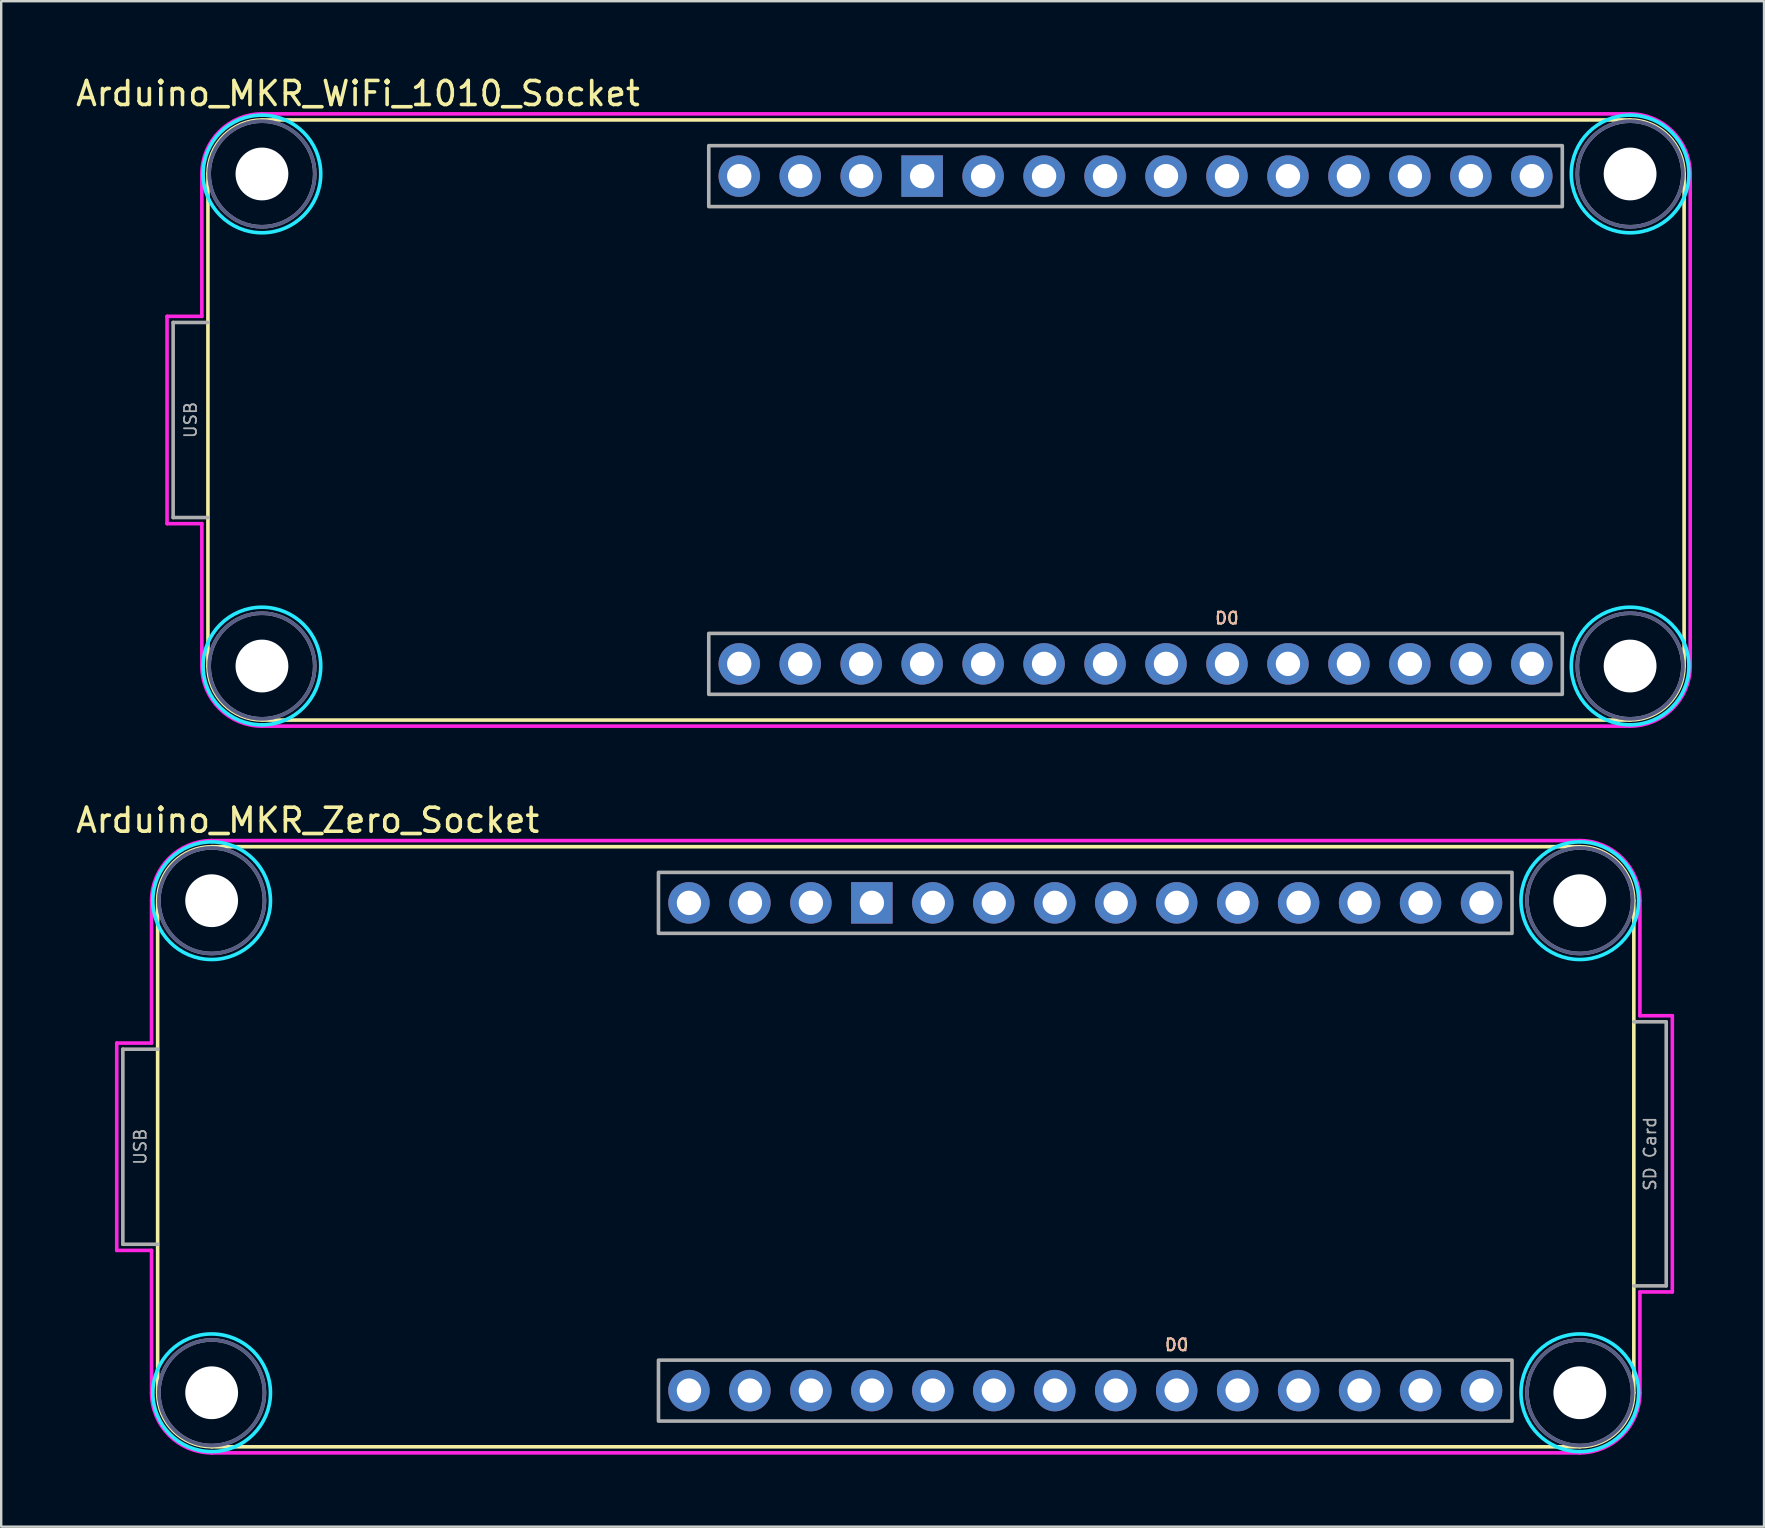
<source format=kicad_pcb>
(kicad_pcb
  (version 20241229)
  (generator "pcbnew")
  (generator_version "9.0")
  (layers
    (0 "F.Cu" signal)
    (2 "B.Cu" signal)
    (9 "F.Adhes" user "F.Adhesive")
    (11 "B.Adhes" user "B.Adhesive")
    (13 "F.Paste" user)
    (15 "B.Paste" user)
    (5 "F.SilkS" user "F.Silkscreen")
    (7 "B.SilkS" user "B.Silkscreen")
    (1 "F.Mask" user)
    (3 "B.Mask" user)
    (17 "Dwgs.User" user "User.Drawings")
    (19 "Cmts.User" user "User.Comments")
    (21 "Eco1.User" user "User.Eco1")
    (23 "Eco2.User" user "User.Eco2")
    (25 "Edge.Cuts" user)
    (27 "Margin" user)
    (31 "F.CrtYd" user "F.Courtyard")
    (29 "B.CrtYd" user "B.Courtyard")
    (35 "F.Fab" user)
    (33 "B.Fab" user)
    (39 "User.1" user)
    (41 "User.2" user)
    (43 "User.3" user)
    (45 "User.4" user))
  (footprint "Arduino_MKR_Zero_Socket"
    (layer "F.Cu")
    (at 5.768 34.475)
    (property "Reference" "Arduino_MKR_Zero_Socket" (at 4 -3.35 0) (unlocked yes) (layer "F.SilkS") (effects (font (size 1 1) (thickness 0.15))))
    (attr through_hole)
    (fp_line (start -2.25 20.5) (end -2.25 0) (stroke (width 0.15) (type solid)) (layer "F.SilkS"))
    (fp_line (start 0 -2.25) (end 57 -2.25) (stroke (width 0.15) (type solid)) (layer "F.SilkS"))
    (fp_line (start 0 22.75) (end 57 22.75) (stroke (width 0.15) (type solid)) (layer "F.SilkS"))
    (fp_line (start 59.25 20.5) (end 59.25 0) (stroke (width 0.15) (type solid)) (layer "F.SilkS"))
    (fp_arc (start -2.25 0) (mid -1.59099 -1.59099) (end 0 -2.25) (stroke (width 0.15) (type solid)) (layer "F.SilkS"))
    (fp_arc (start 0 22.75) (mid -1.59099 22.09099) (end -2.25 20.5) (stroke (width 0.15) (type solid)) (layer "F.SilkS"))
    (fp_arc (start 57 -2.25) (mid 58.59099 -1.59099) (end 59.25 0) (stroke (width 0.15) (type solid)) (layer "F.SilkS"))
    (fp_arc (start 59.25 20.5) (mid 58.59099 22.09099) (end 57 22.75) (stroke (width 0.15) (type solid)) (layer "F.SilkS"))
    (fp_circle (center 0 0) (end 2.45 0) (stroke (width 0.15) (type solid)) (fill no) (layer "B.CrtYd"))
    (fp_circle (center 0 20.5) (end 2.45 20.5) (stroke (width 0.15) (type solid)) (fill no) (layer "B.CrtYd"))
    (fp_circle (center 57 0) (end 59.45 0) (stroke (width 0.15) (type solid)) (fill no) (layer "B.CrtYd"))
    (fp_circle (center 57 20.5) (end 59.45 20.5) (stroke (width 0.15) (type solid)) (fill no) (layer "B.CrtYd"))
    (fp_line (start -3.954 5.932) (end -2.504 5.932) (stroke (width 0.15) (type solid)) (layer "F.CrtYd"))
    (fp_line (start -3.954 14.568) (end -3.954 5.932) (stroke (width 0.15) (type solid)) (layer "F.CrtYd"))
    (fp_line (start -2.504 5.932) (end -2.504 0) (stroke (width 0.15) (type solid)) (layer "F.CrtYd"))
    (fp_line (start -2.504 14.568) (end -3.954 14.568) (stroke (width 0.15) (type solid)) (layer "F.CrtYd"))
    (fp_line (start -2.504 20.5) (end -2.504 14.568) (stroke (width 0.15) (type solid)) (layer "F.CrtYd"))
    (fp_line (start 0 -2.504) (end 57 -2.504) (stroke (width 0.15) (type solid)) (layer "F.CrtYd"))
    (fp_line (start 57 23.004) (end 0 23.004) (stroke (width 0.15) (type solid)) (layer "F.CrtYd"))
    (fp_line (start 59.504 0) (end 59.504 4.792) (stroke (width 0.15) (type solid)) (layer "F.CrtYd"))
    (fp_line (start 59.504 4.792) (end 60.854 4.792) (stroke (width 0.15) (type solid)) (layer "F.CrtYd"))
    (fp_line (start 59.504 16.3) (end 59.504 20.5) (stroke (width 0.15) (type solid)) (layer "F.CrtYd"))
    (fp_line (start 60.854 4.792) (end 60.854 16.3) (stroke (width 0.15) (type solid)) (layer "F.CrtYd"))
    (fp_line (start 60.854 16.3) (end 59.504 16.3) (stroke (width 0.15) (type solid)) (layer "F.CrtYd"))
    (fp_arc (start -2.504 0) (mid -1.770595 -1.770595) (end 0 -2.504) (stroke (width 0.15) (type solid)) (layer "F.CrtYd"))
    (fp_arc (start 0 23.004) (mid -1.770595 22.270595) (end -2.504 20.5) (stroke (width 0.15) (type solid)) (layer "F.CrtYd"))
    (fp_arc (start 57 -2.504) (mid 58.770595 -1.770595) (end 59.504 0) (stroke (width 0.15) (type solid)) (layer "F.CrtYd"))
    (fp_arc (start 59.504 20.5) (mid 58.770595 22.270595) (end 57 23.004) (stroke (width 0.15) (type solid)) (layer "F.CrtYd"))
    (fp_circle (center 0 0) (end 2.2 0) (stroke (width 0.15) (type solid)) (fill no) (layer "B.Fab"))
    (fp_circle (center 0 20.5) (end 2.2 20.5) (stroke (width 0.15) (type solid)) (fill no) (layer "B.Fab"))
    (fp_circle (center 57 0) (end 59.2 0) (stroke (width 0.15) (type solid)) (fill no) (layer "B.Fab"))
    (fp_circle (center 57 20.5) (end 59.2 20.5) (stroke (width 0.15) (type solid)) (fill no) (layer "B.Fab"))
    (fp_line (start -3.7 6.186) (end -3.7 14.314) (stroke (width 0.15) (type solid)) (layer "F.Fab"))
    (fp_line (start -3.7 14.314) (end -2.25 14.314) (stroke (width 0.15) (type solid)) (layer "F.Fab"))
    (fp_line (start -2.25 6.186) (end -3.7 6.186) (stroke (width 0.15) (type solid)) (layer "F.Fab"))
    (fp_line (start 59.25 5.046) (end 60.6 5.046) (stroke (width 0.15) (type solid)) (layer "F.Fab"))
    (fp_line (start 60.6 5.046) (end 60.6 16.046) (stroke (width 0.15) (type solid)) (layer "F.Fab"))
    (fp_line (start 60.6 16.046) (end 59.25 16.046) (stroke (width 0.15) (type solid)) (layer "F.Fab"))
    (fp_rect (start 18.615 -1.18) (end 54.175 1.36) (stroke (width 0.15) (type solid)) (fill no) (layer "F.Fab"))
    (fp_rect (start 18.615 19.14) (end 54.175 21.68) (stroke (width 0.15) (type solid)) (fill no) (layer "F.Fab"))
    (fp_circle (center 0 0) (end 2.2 0) (stroke (width 0.15) (type solid)) (fill no) (layer "F.Fab"))
    (fp_circle (center 0 20.5) (end 2.2 20.5) (stroke (width 0.15) (type solid)) (fill no) (layer "F.Fab"))
    (fp_circle (center 57 0) (end 59.2 0) (stroke (width 0.15) (type solid)) (fill no) (layer "F.Fab"))
    (fp_circle (center 57 20.5) (end 59.2 20.5) (stroke (width 0.15) (type solid)) (fill no) (layer "F.Fab"))
    (fp_text user "D0" (at 40.205 18.505 0) (unlocked yes) (layer "F.SilkS") (effects (font (size 0.5 0.5) (thickness 0.075))))
    (fp_text user "D0" (at 40.205 18.505 0) (unlocked yes) (layer "B.SilkS") (effects (font (size 0.5 0.5) (thickness 0.075)) (justify mirror)))
    (fp_text user "USB" (at -2.975 10.25 270) (layer "F.Fab") (effects (font (size 0.5 0.5) (thickness 0.075))))
    (fp_text user "SD Card" (at 59.925 10.546 270) (layer "F.Fab") (effects (font (size 0.5 0.5) (thickness 0.075))))
    (pad "" np_thru_hole circle (at 0 0) (size 2.2 2.2) (drill 2.2) (layers "*.Cu" "*.Mask"))
    (pad "" np_thru_hole circle (at 0 20.5) (size 2.2 2.2) (drill 2.2) (layers "*.Cu" "*.Mask"))
    (pad "" np_thru_hole circle (at 57 0) (size 2.2 2.2) (drill 2.2) (layers "*.Cu" "*.Mask"))
    (pad "" np_thru_hole circle (at 57 20.5) (size 2.2 2.2) (drill 2.2) (layers "*.Cu" "*.Mask"))
    (pad "3V3" thru_hole circle (at 24.965 0.09) (size 1.727 1.727) (drill 1.016) (layers "*.Cu" "*.Mask"))
    (pad "5V" thru_hole circle (at 19.885 0.09) (size 1.727 1.727) (drill 1.016) (layers "*.Cu" "*.Mask"))
    (pad "A0" thru_hole circle (at 22.425 20.41) (size 1.727 1.727) (drill 1.016) (layers "*.Cu" "*.Mask"))
    (pad "A1" thru_hole circle (at 24.965 20.41) (size 1.727 1.727) (drill 1.016) (layers "*.Cu" "*.Mask"))
    (pad "A2" thru_hole circle (at 27.505 20.41) (size 1.727 1.727) (drill 1.016) (layers "*.Cu" "*.Mask"))
    (pad "A3" thru_hole circle (at 30.045 20.41) (size 1.727 1.727) (drill 1.016) (layers "*.Cu" "*.Mask"))
    (pad "A4" thru_hole circle (at 32.585 20.41) (size 1.727 1.727) (drill 1.016) (layers "*.Cu" "*.Mask"))
    (pad "A5" thru_hole circle (at 35.125 20.41) (size 1.727 1.727) (drill 1.016) (layers "*.Cu" "*.Mask"))
    (pad "A6" thru_hole circle (at 37.665 20.41) (size 1.727 1.727) (drill 1.016) (layers "*.Cu" "*.Mask"))
    (pad "AREF" thru_hole circle (at 19.885 20.41) (size 1.727 1.727) (drill 1.016) (layers "*.Cu" "*.Mask"))
    (pad "D0" thru_hole circle (at 40.205 20.41) (size 1.727 1.727) (drill 1.016) (layers "*.Cu" "*.Mask"))
    (pad "D1" thru_hole circle (at 42.745 20.41) (size 1.727 1.727) (drill 1.016) (layers "*.Cu" "*.Mask"))
    (pad "D2" thru_hole circle (at 45.285 20.41) (size 1.727 1.727) (drill 1.016) (layers "*.Cu" "*.Mask"))
    (pad "D3" thru_hole circle (at 47.825 20.41) (size 1.727 1.727) (drill 1.016) (layers "*.Cu" "*.Mask"))
    (pad "D4" thru_hole circle (at 50.365 20.41) (size 1.727 1.727) (drill 1.016) (layers "*.Cu" "*.Mask"))
    (pad "D5" thru_hole circle (at 52.905 20.41) (size 1.727 1.727) (drill 1.016) (layers "*.Cu" "*.Mask"))
    (pad "D6" thru_hole circle (at 52.905 0.09) (size 1.727 1.727) (drill 1.016) (layers "*.Cu" "*.Mask"))
    (pad "D7" thru_hole circle (at 50.365 0.09) (size 1.727 1.727) (drill 1.016) (layers "*.Cu" "*.Mask"))
    (pad "D8" thru_hole circle (at 47.825 0.09) (size 1.727 1.727) (drill 1.016) (layers "*.Cu" "*.Mask"))
    (pad "D9" thru_hole circle (at 45.285 0.09) (size 1.727 1.727) (drill 1.016) (layers "*.Cu" "*.Mask"))
    (pad "D10" thru_hole circle (at 42.745 0.09) (size 1.727 1.727) (drill 1.016) (layers "*.Cu" "*.Mask"))
    (pad "D11" thru_hole circle (at 40.205 0.09) (size 1.727 1.727) (drill 1.016) (layers "*.Cu" "*.Mask"))
    (pad "D12" thru_hole circle (at 37.665 0.09) (size 1.727 1.727) (drill 1.016) (layers "*.Cu" "*.Mask"))
    (pad "D13" thru_hole circle (at 35.125 0.09) (size 1.727 1.727) (drill 1.016) (layers "*.Cu" "*.Mask"))
    (pad "D14" thru_hole circle (at 32.585 0.09) (size 1.727 1.727) (drill 1.016) (layers "*.Cu" "*.Mask"))
    (pad "GND" thru_hole rect (at 27.505 0.09) (size 1.727 1.727) (drill 1.016) (layers "*.Cu" "*.Mask"))
    (pad "RST" thru_hole circle (at 30.045 0.09) (size 1.727 1.727) (drill 1.016) (layers "*.Cu" "*.Mask"))
    (pad "VIN" thru_hole circle (at 22.425 0.09) (size 1.727 1.727) (drill 1.016) (layers "*.Cu" "*.Mask")))
  (footprint "Arduino_MKR_WiFi_1010_Socket"
    (layer "F.Cu")
    (at 7.863 4.198)
    (property "Reference" "Arduino_MKR_WiFi_1010_Socket" (at 4 -3.35 0) (unlocked yes) (layer "F.SilkS") (effects (font (size 1 1) (thickness 0.15))))
    (attr through_hole)
    (fp_line (start -2.25 20.5) (end -2.25 0) (stroke (width 0.15) (type solid)) (layer "F.SilkS"))
    (fp_line (start 0 -2.25) (end 57 -2.25) (stroke (width 0.15) (type solid)) (layer "F.SilkS"))
    (fp_line (start 0 22.75) (end 57 22.75) (stroke (width 0.15) (type solid)) (layer "F.SilkS"))
    (fp_line (start 59.25 20.5) (end 59.25 0) (stroke (width 0.15) (type solid)) (layer "F.SilkS"))
    (fp_arc (start -2.25 0) (mid -1.59099 -1.59099) (end 0 -2.25) (stroke (width 0.15) (type solid)) (layer "F.SilkS"))
    (fp_arc (start 0 22.75) (mid -1.59099 22.09099) (end -2.25 20.5) (stroke (width 0.15) (type solid)) (layer "F.SilkS"))
    (fp_arc (start 57 -2.25) (mid 58.59099 -1.59099) (end 59.25 0) (stroke (width 0.15) (type solid)) (layer "F.SilkS"))
    (fp_arc (start 59.25 20.5) (mid 58.59099 22.09099) (end 57 22.75) (stroke (width 0.15) (type solid)) (layer "F.SilkS"))
    (fp_circle (center 0 0) (end 2.45 0) (stroke (width 0.15) (type solid)) (fill no) (layer "B.CrtYd"))
    (fp_circle (center 0 20.5) (end 2.45 20.5) (stroke (width 0.15) (type solid)) (fill no) (layer "B.CrtYd"))
    (fp_circle (center 57 0) (end 59.45 0) (stroke (width 0.15) (type solid)) (fill no) (layer "B.CrtYd"))
    (fp_circle (center 57 20.5) (end 59.45 20.5) (stroke (width 0.15) (type solid)) (fill no) (layer "B.CrtYd"))
    (fp_line (start -3.954 5.932) (end -2.504 5.932) (stroke (width 0.15) (type solid)) (layer "F.CrtYd"))
    (fp_line (start -3.954 14.568) (end -3.954 5.932) (stroke (width 0.15) (type solid)) (layer "F.CrtYd"))
    (fp_line (start -2.504 5.932) (end -2.504 0) (stroke (width 0.15) (type solid)) (layer "F.CrtYd"))
    (fp_line (start -2.504 14.568) (end -3.954 14.568) (stroke (width 0.15) (type solid)) (layer "F.CrtYd"))
    (fp_line (start -2.504 20.5) (end -2.504 14.568) (stroke (width 0.15) (type solid)) (layer "F.CrtYd"))
    (fp_line (start 0 -2.504) (end 57 -2.504) (stroke (width 0.15) (type solid)) (layer "F.CrtYd"))
    (fp_line (start 57 23.004) (end 0 23.004) (stroke (width 0.15) (type solid)) (layer "F.CrtYd"))
    (fp_line (start 59.504 0) (end 59.504 20.5) (stroke (width 0.15) (type solid)) (layer "F.CrtYd"))
    (fp_arc (start -2.504 0) (mid -1.770595 -1.770595) (end 0 -2.504) (stroke (width 0.15) (type solid)) (layer "F.CrtYd"))
    (fp_arc (start 0 23.004) (mid -1.770595 22.270595) (end -2.504 20.5) (stroke (width 0.15) (type solid)) (layer "F.CrtYd"))
    (fp_arc (start 57 -2.504) (mid 58.770595 -1.770595) (end 59.504 0) (stroke (width 0.15) (type solid)) (layer "F.CrtYd"))
    (fp_arc (start 59.504 20.5) (mid 58.770595 22.270595) (end 57 23.004) (stroke (width 0.15) (type solid)) (layer "F.CrtYd"))
    (fp_circle (center 0 0) (end 2.2 0) (stroke (width 0.15) (type solid)) (fill no) (layer "B.Fab"))
    (fp_circle (center 0 20.5) (end 2.2 20.5) (stroke (width 0.15) (type solid)) (fill no) (layer "B.Fab"))
    (fp_circle (center 57 0) (end 59.2 0) (stroke (width 0.15) (type solid)) (fill no) (layer "B.Fab"))
    (fp_circle (center 57 20.5) (end 59.2 20.5) (stroke (width 0.15) (type solid)) (fill no) (layer "B.Fab"))
    (fp_line (start -3.7 6.186) (end -3.7 14.314) (stroke (width 0.15) (type solid)) (layer "F.Fab"))
    (fp_line (start -3.7 14.314) (end -2.25 14.314) (stroke (width 0.15) (type solid)) (layer "F.Fab"))
    (fp_line (start -2.25 6.186) (end -3.7 6.186) (stroke (width 0.15) (type solid)) (layer "F.Fab"))
    (fp_rect (start 18.615 -1.18) (end 54.175 1.36) (stroke (width 0.15) (type solid)) (fill no) (layer "F.Fab"))
    (fp_rect (start 18.615 19.14) (end 54.175 21.68) (stroke (width 0.15) (type solid)) (fill no) (layer "F.Fab"))
    (fp_circle (center 0 0) (end 2.2 0) (stroke (width 0.15) (type solid)) (fill no) (layer "F.Fab"))
    (fp_circle (center 0 20.5) (end 2.2 20.5) (stroke (width 0.15) (type solid)) (fill no) (layer "F.Fab"))
    (fp_circle (center 57 0) (end 59.2 0) (stroke (width 0.15) (type solid)) (fill no) (layer "F.Fab"))
    (fp_circle (center 57 20.5) (end 59.2 20.5) (stroke (width 0.15) (type solid)) (fill no) (layer "F.Fab"))
    (fp_text user "D0" (at 40.205 18.505 0) (unlocked yes) (layer "F.SilkS") (effects (font (size 0.5 0.5) (thickness 0.075))))
    (fp_text user "D0" (at 40.205 18.505 0) (unlocked yes) (layer "B.SilkS") (effects (font (size 0.5 0.5) (thickness 0.075)) (justify mirror)))
    (fp_text user "USB" (at -2.975 10.25 270) (layer "F.Fab") (effects (font (size 0.5 0.5) (thickness 0.075))))
    (pad "" np_thru_hole circle (at 0 0) (size 2.2 2.2) (drill 2.2) (layers "*.Cu" "*.Mask"))
    (pad "" np_thru_hole circle (at 0 20.5) (size 2.2 2.2) (drill 2.2) (layers "*.Cu" "*.Mask"))
    (pad "" np_thru_hole circle (at 57 0) (size 2.2 2.2) (drill 2.2) (layers "*.Cu" "*.Mask"))
    (pad "" np_thru_hole circle (at 57 20.5) (size 2.2 2.2) (drill 2.2) (layers "*.Cu" "*.Mask"))
    (pad "3V3" thru_hole circle (at 24.965 0.09) (size 1.727 1.727) (drill 1.016) (layers "*.Cu" "*.Mask"))
    (pad "5V" thru_hole circle (at 19.885 0.09) (size 1.727 1.727) (drill 1.016) (layers "*.Cu" "*.Mask"))
    (pad "A0" thru_hole circle (at 22.425 20.41) (size 1.727 1.727) (drill 1.016) (layers "*.Cu" "*.Mask"))
    (pad "A1" thru_hole circle (at 24.965 20.41) (size 1.727 1.727) (drill 1.016) (layers "*.Cu" "*.Mask"))
    (pad "A2" thru_hole circle (at 27.505 20.41) (size 1.727 1.727) (drill 1.016) (layers "*.Cu" "*.Mask"))
    (pad "A3" thru_hole circle (at 30.045 20.41) (size 1.727 1.727) (drill 1.016) (layers "*.Cu" "*.Mask"))
    (pad "A4" thru_hole circle (at 32.585 20.41) (size 1.727 1.727) (drill 1.016) (layers "*.Cu" "*.Mask"))
    (pad "A5" thru_hole circle (at 35.125 20.41) (size 1.727 1.727) (drill 1.016) (layers "*.Cu" "*.Mask"))
    (pad "A6" thru_hole circle (at 37.665 20.41) (size 1.727 1.727) (drill 1.016) (layers "*.Cu" "*.Mask"))
    (pad "AREF" thru_hole circle (at 19.885 20.41) (size 1.727 1.727) (drill 1.016) (layers "*.Cu" "*.Mask"))
    (pad "D0" thru_hole circle (at 40.205 20.41) (size 1.727 1.727) (drill 1.016) (layers "*.Cu" "*.Mask"))
    (pad "D1" thru_hole circle (at 42.745 20.41) (size 1.727 1.727) (drill 1.016) (layers "*.Cu" "*.Mask"))
    (pad "D2" thru_hole circle (at 45.285 20.41) (size 1.727 1.727) (drill 1.016) (layers "*.Cu" "*.Mask"))
    (pad "D3" thru_hole circle (at 47.825 20.41) (size 1.727 1.727) (drill 1.016) (layers "*.Cu" "*.Mask"))
    (pad "D4" thru_hole circle (at 50.365 20.41) (size 1.727 1.727) (drill 1.016) (layers "*.Cu" "*.Mask"))
    (pad "D5" thru_hole circle (at 52.905 20.41) (size 1.727 1.727) (drill 1.016) (layers "*.Cu" "*.Mask"))
    (pad "D6" thru_hole circle (at 52.905 0.09) (size 1.727 1.727) (drill 1.016) (layers "*.Cu" "*.Mask"))
    (pad "D7" thru_hole circle (at 50.365 0.09) (size 1.727 1.727) (drill 1.016) (layers "*.Cu" "*.Mask"))
    (pad "D8" thru_hole circle (at 47.825 0.09) (size 1.727 1.727) (drill 1.016) (layers "*.Cu" "*.Mask"))
    (pad "D9" thru_hole circle (at 45.285 0.09) (size 1.727 1.727) (drill 1.016) (layers "*.Cu" "*.Mask"))
    (pad "D10" thru_hole circle (at 42.745 0.09) (size 1.727 1.727) (drill 1.016) (layers "*.Cu" "*.Mask"))
    (pad "D11" thru_hole circle (at 40.205 0.09) (size 1.727 1.727) (drill 1.016) (layers "*.Cu" "*.Mask"))
    (pad "D12" thru_hole circle (at 37.665 0.09) (size 1.727 1.727) (drill 1.016) (layers "*.Cu" "*.Mask"))
    (pad "D13" thru_hole circle (at 35.125 0.09) (size 1.727 1.727) (drill 1.016) (layers "*.Cu" "*.Mask"))
    (pad "D14" thru_hole circle (at 32.585 0.09) (size 1.727 1.727) (drill 1.016) (layers "*.Cu" "*.Mask"))
    (pad "GND" thru_hole rect (at 27.505 0.09) (size 1.727 1.727) (drill 1.016) (layers "*.Cu" "*.Mask"))
    (pad "RST" thru_hole circle (at 30.045 0.09) (size 1.727 1.727) (drill 1.016) (layers "*.Cu" "*.Mask"))
    (pad "VIN" thru_hole circle (at 22.425 0.09) (size 1.727 1.727) (drill 1.016) (layers "*.Cu" "*.Mask")))
  (gr_rect
    (start -3 -3)
    (end 70.442 60.554)
    (stroke (width 0.1) (type default))
    (fill no)
    (layer "Edge.Cuts")))
</source>
